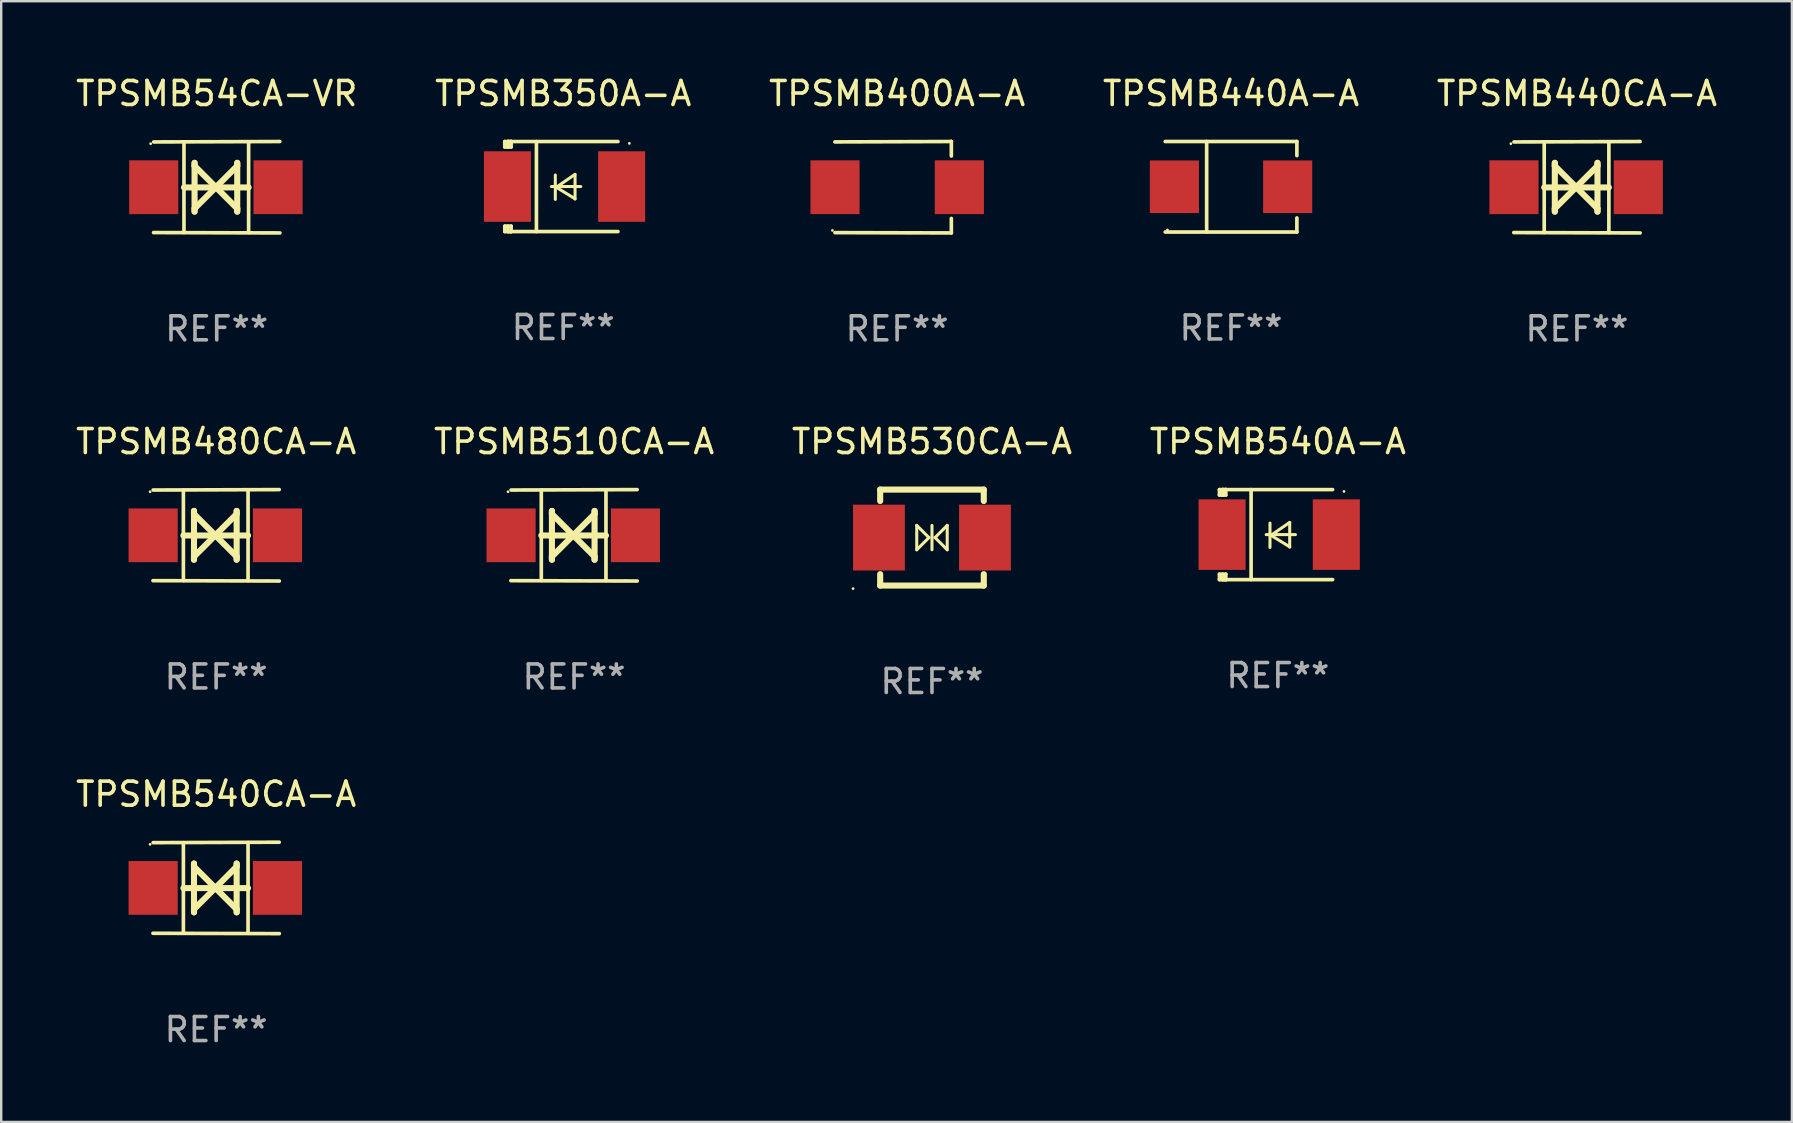
<source format=kicad_pcb>
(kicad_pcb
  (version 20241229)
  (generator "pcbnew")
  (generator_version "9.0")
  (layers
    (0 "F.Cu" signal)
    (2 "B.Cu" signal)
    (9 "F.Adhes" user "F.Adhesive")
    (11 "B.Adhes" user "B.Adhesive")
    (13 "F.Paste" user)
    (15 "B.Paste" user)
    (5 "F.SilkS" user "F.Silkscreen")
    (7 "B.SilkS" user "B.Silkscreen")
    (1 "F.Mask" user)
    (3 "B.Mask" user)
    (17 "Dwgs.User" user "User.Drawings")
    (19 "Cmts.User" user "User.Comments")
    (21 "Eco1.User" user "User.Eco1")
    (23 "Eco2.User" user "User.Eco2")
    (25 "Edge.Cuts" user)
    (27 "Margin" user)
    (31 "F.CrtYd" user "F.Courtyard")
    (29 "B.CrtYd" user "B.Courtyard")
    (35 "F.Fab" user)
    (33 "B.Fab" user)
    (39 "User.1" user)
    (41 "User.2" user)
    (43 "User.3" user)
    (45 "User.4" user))
  (footprint "TPSMB480CA-A"
    (layer "F.Cu")
    (at 5.958 19.26)
    (property "Reference" "TPSMB480CA-A" (at 0 -3.905 0) (layer "F.SilkS") (effects (font (size 1 1) (thickness 0.15))))
    (attr through_hole)
    (fp_line (start -1.365 1.886) (end -1.365 -1.886) (stroke (width 0.152) (type solid)) (layer "F.SilkS"))
    (fp_line (start -1.365 0.008) (end 1.33 0.008) (stroke (width 0.254) (type solid)) (layer "F.SilkS"))
    (fp_line (start -0.923 -1.016) (end -0.923 1.016) (stroke (width 0.254) (type solid)) (layer "F.SilkS"))
    (fp_line (start -0.923 -0.889) (end -0.923 -1.016) (stroke (width 0.254) (type solid)) (layer "F.SilkS"))
    (fp_line (start -0.923 0.889) (end -0.034 0) (stroke (width 0.254) (type solid)) (layer "F.SilkS"))
    (fp_line (start -0.923 1.016) (end -0.923 0.889) (stroke (width 0.254) (type solid)) (layer "F.SilkS"))
    (fp_line (start -0.034 0) (end -0.923 -0.889) (stroke (width 0.254) (type solid)) (layer "F.SilkS"))
    (fp_line (start -0.034 0) (end 0.855 0.889) (stroke (width 0.254) (type solid)) (layer "F.SilkS"))
    (fp_line (start 0.855 -1.016) (end 0.855 -0.889) (stroke (width 0.254) (type solid)) (layer "F.SilkS"))
    (fp_line (start 0.855 -0.889) (end -0.034 0) (stroke (width 0.254) (type solid)) (layer "F.SilkS"))
    (fp_line (start 0.855 0.889) (end 0.855 1.016) (stroke (width 0.254) (type solid)) (layer "F.SilkS"))
    (fp_line (start 0.855 1.016) (end 0.855 -1.016) (stroke (width 0.254) (type solid)) (layer "F.SilkS"))
    (fp_line (start 1.33 1.886) (end 1.33 -1.886) (stroke (width 0.152) (type solid)) (layer "F.SilkS"))
    (fp_line (start 2.629 -1.905) (end -2.625 -1.887) (stroke (width 0.152) (type solid)) (layer "F.SilkS"))
    (fp_line (start 2.633 1.905) (end -2.633 1.89) (stroke (width 0.152) (type solid)) (layer "F.SilkS"))
    (fp_circle (center -2.753 -1.816) (end -2.723 -1.816) (stroke (width 0.06) (type solid)) (fill no) (layer "F.SilkS"))
    (fp_text user "REF**" (at 0 5.905 0) (layer "F.Fab") (effects (font (size 1 1) (thickness 0.15))))
    (pad "1" smd rect (at -2.625 0) (size 2.047 2.241) (layers "F.Cu" "F.Mask" "F.Paste"))
    (pad "2" smd rect (at 2.557 0) (size 2.047 2.241) (layers "F.Cu" "F.Mask" "F.Paste")))
  (footprint "TPSMB540CA-A"
    (layer "F.Cu")
    (at 5.958 33.956)
    (property "Reference" "TPSMB540CA-A" (at 0 -3.905 0) (layer "F.SilkS") (effects (font (size 1 1) (thickness 0.15))))
    (attr through_hole)
    (fp_line (start -1.365 1.886) (end -1.365 -1.886) (stroke (width 0.152) (type solid)) (layer "F.SilkS"))
    (fp_line (start -1.365 0.008) (end 1.33 0.008) (stroke (width 0.254) (type solid)) (layer "F.SilkS"))
    (fp_line (start -0.923 -1.016) (end -0.923 1.016) (stroke (width 0.254) (type solid)) (layer "F.SilkS"))
    (fp_line (start -0.923 -0.889) (end -0.923 -1.016) (stroke (width 0.254) (type solid)) (layer "F.SilkS"))
    (fp_line (start -0.923 0.889) (end -0.034 0) (stroke (width 0.254) (type solid)) (layer "F.SilkS"))
    (fp_line (start -0.923 1.016) (end -0.923 0.889) (stroke (width 0.254) (type solid)) (layer "F.SilkS"))
    (fp_line (start -0.034 0) (end -0.923 -0.889) (stroke (width 0.254) (type solid)) (layer "F.SilkS"))
    (fp_line (start -0.034 0) (end 0.855 0.889) (stroke (width 0.254) (type solid)) (layer "F.SilkS"))
    (fp_line (start 0.855 -1.016) (end 0.855 -0.889) (stroke (width 0.254) (type solid)) (layer "F.SilkS"))
    (fp_line (start 0.855 -0.889) (end -0.034 0) (stroke (width 0.254) (type solid)) (layer "F.SilkS"))
    (fp_line (start 0.855 0.889) (end 0.855 1.016) (stroke (width 0.254) (type solid)) (layer "F.SilkS"))
    (fp_line (start 0.855 1.016) (end 0.855 -1.016) (stroke (width 0.254) (type solid)) (layer "F.SilkS"))
    (fp_line (start 1.33 1.886) (end 1.33 -1.886) (stroke (width 0.152) (type solid)) (layer "F.SilkS"))
    (fp_line (start 2.629 -1.905) (end -2.625 -1.887) (stroke (width 0.152) (type solid)) (layer "F.SilkS"))
    (fp_line (start 2.633 1.905) (end -2.633 1.89) (stroke (width 0.152) (type solid)) (layer "F.SilkS"))
    (fp_circle (center -2.753 -1.816) (end -2.723 -1.816) (stroke (width 0.06) (type solid)) (fill no) (layer "F.SilkS"))
    (fp_text user "REF**" (at 0 5.905 0) (layer "F.Fab") (effects (font (size 1 1) (thickness 0.15))))
    (pad "1" smd rect (at -2.625 0) (size 2.047 2.241) (layers "F.Cu" "F.Mask" "F.Paste"))
    (pad "2" smd rect (at 2.557 0) (size 2.047 2.241) (layers "F.Cu" "F.Mask" "F.Paste")))
  (footprint "TPSMB440CA-A"
    (layer "F.Cu")
    (at 62.673 4.753)
    (property "Reference" "TPSMB440CA-A" (at 0 -3.905 0) (layer "F.SilkS") (effects (font (size 1 1) (thickness 0.15))))
    (attr through_hole)
    (fp_line (start -1.365 1.886) (end -1.365 -1.886) (stroke (width 0.152) (type solid)) (layer "F.SilkS"))
    (fp_line (start -1.365 0.008) (end 1.33 0.008) (stroke (width 0.254) (type solid)) (layer "F.SilkS"))
    (fp_line (start -0.923 -1.016) (end -0.923 1.016) (stroke (width 0.254) (type solid)) (layer "F.SilkS"))
    (fp_line (start -0.923 -0.889) (end -0.923 -1.016) (stroke (width 0.254) (type solid)) (layer "F.SilkS"))
    (fp_line (start -0.923 0.889) (end -0.034 0) (stroke (width 0.254) (type solid)) (layer "F.SilkS"))
    (fp_line (start -0.923 1.016) (end -0.923 0.889) (stroke (width 0.254) (type solid)) (layer "F.SilkS"))
    (fp_line (start -0.034 0) (end -0.923 -0.889) (stroke (width 0.254) (type solid)) (layer "F.SilkS"))
    (fp_line (start -0.034 0) (end 0.855 0.889) (stroke (width 0.254) (type solid)) (layer "F.SilkS"))
    (fp_line (start 0.855 -1.016) (end 0.855 -0.889) (stroke (width 0.254) (type solid)) (layer "F.SilkS"))
    (fp_line (start 0.855 -0.889) (end -0.034 0) (stroke (width 0.254) (type solid)) (layer "F.SilkS"))
    (fp_line (start 0.855 0.889) (end 0.855 1.016) (stroke (width 0.254) (type solid)) (layer "F.SilkS"))
    (fp_line (start 0.855 1.016) (end 0.855 -1.016) (stroke (width 0.254) (type solid)) (layer "F.SilkS"))
    (fp_line (start 1.33 1.886) (end 1.33 -1.886) (stroke (width 0.152) (type solid)) (layer "F.SilkS"))
    (fp_line (start 2.629 -1.905) (end -2.625 -1.887) (stroke (width 0.152) (type solid)) (layer "F.SilkS"))
    (fp_line (start 2.633 1.905) (end -2.633 1.89) (stroke (width 0.152) (type solid)) (layer "F.SilkS"))
    (fp_circle (center -2.753 -1.816) (end -2.723 -1.816) (stroke (width 0.06) (type solid)) (fill no) (layer "F.SilkS"))
    (fp_text user "REF**" (at 0 5.905 0) (layer "F.Fab") (effects (font (size 1 1) (thickness 0.15))))
    (pad "1" smd rect (at -2.625 0) (size 2.047 2.241) (layers "F.Cu" "F.Mask" "F.Paste"))
    (pad "2" smd rect (at 2.557 0) (size 2.047 2.241) (layers "F.Cu" "F.Mask" "F.Paste")))
  (footprint "TPSMB54CA-VR"
    (layer "F.Cu")
    (at 5.982 4.753)
    (property "Reference" "TPSMB54CA-VR" (at 0 -3.905 0) (layer "F.SilkS") (effects (font (size 1 1) (thickness 0.15))))
    (attr through_hole)
    (fp_line (start -1.365 1.886) (end -1.365 -1.886) (stroke (width 0.152) (type solid)) (layer "F.SilkS"))
    (fp_line (start -1.365 0.008) (end 1.33 0.008) (stroke (width 0.254) (type solid)) (layer "F.SilkS"))
    (fp_line (start -0.923 -1.016) (end -0.923 1.016) (stroke (width 0.254) (type solid)) (layer "F.SilkS"))
    (fp_line (start -0.923 -0.889) (end -0.923 -1.016) (stroke (width 0.254) (type solid)) (layer "F.SilkS"))
    (fp_line (start -0.923 0.889) (end -0.034 0) (stroke (width 0.254) (type solid)) (layer "F.SilkS"))
    (fp_line (start -0.923 1.016) (end -0.923 0.889) (stroke (width 0.254) (type solid)) (layer "F.SilkS"))
    (fp_line (start -0.034 0) (end -0.923 -0.889) (stroke (width 0.254) (type solid)) (layer "F.SilkS"))
    (fp_line (start -0.034 0) (end 0.855 0.889) (stroke (width 0.254) (type solid)) (layer "F.SilkS"))
    (fp_line (start 0.855 -1.016) (end 0.855 -0.889) (stroke (width 0.254) (type solid)) (layer "F.SilkS"))
    (fp_line (start 0.855 -0.889) (end -0.034 0) (stroke (width 0.254) (type solid)) (layer "F.SilkS"))
    (fp_line (start 0.855 0.889) (end 0.855 1.016) (stroke (width 0.254) (type solid)) (layer "F.SilkS"))
    (fp_line (start 0.855 1.016) (end 0.855 -1.016) (stroke (width 0.254) (type solid)) (layer "F.SilkS"))
    (fp_line (start 1.33 1.886) (end 1.33 -1.886) (stroke (width 0.152) (type solid)) (layer "F.SilkS"))
    (fp_line (start 2.629 -1.905) (end -2.625 -1.887) (stroke (width 0.152) (type solid)) (layer "F.SilkS"))
    (fp_line (start 2.633 1.905) (end -2.633 1.89) (stroke (width 0.152) (type solid)) (layer "F.SilkS"))
    (fp_circle (center -2.753 -1.816) (end -2.723 -1.816) (stroke (width 0.06) (type solid)) (fill no) (layer "F.SilkS"))
    (fp_text user "REF**" (at 0 5.905 0) (layer "F.Fab") (effects (font (size 1 1) (thickness 0.15))))
    (pad "1" smd rect (at -2.625 0) (size 2.047 2.241) (layers "F.Cu" "F.Mask" "F.Paste"))
    (pad "2" smd rect (at 2.557 0) (size 2.047 2.241) (layers "F.Cu" "F.Mask" "F.Paste")))
  (footprint "TPSMB440A-A"
    (layer "F.Cu")
    (at 48.256 4.734)
    (property "Reference" "TPSMB440A-A" (at 0 -3.886 0) (layer "F.SilkS") (effects (font (size 1 1) (thickness 0.15))))
    (attr through_hole)
    (fp_line (start -2.744 -1.886) (end 2.744 -1.886) (stroke (width 0.152) (type solid)) (layer "F.SilkS"))
    (fp_line (start -2.744 1.886) (end 2.744 1.886) (stroke (width 0.152) (type solid)) (layer "F.SilkS"))
    (fp_line (start -1.016 -1.886) (end -1.016 1.886) (stroke (width 0.152) (type solid)) (layer "F.SilkS"))
    (fp_line (start 2.744 -1.886) (end 2.744 -1.299) (stroke (width 0.152) (type solid)) (layer "F.SilkS"))
    (fp_line (start 2.744 1.886) (end 2.744 1.299) (stroke (width 0.152) (type solid)) (layer "F.SilkS"))
    (fp_circle (center -2.65 1.8) (end -2.62 1.8) (stroke (width 0.06) (type solid)) (fill no) (layer "F.SilkS"))
    (fp_text user "REF**" (at 0 5.886 0) (layer "F.Fab") (effects (font (size 1 1) (thickness 0.15))))
    (pad "1" smd rect (at -2.361 0) (size 2.047 2.192) (layers "F.Cu" "F.Mask" "F.Paste"))
    (pad "2" smd rect (at 2.361 0) (size 2.047 2.192) (layers "F.Cu" "F.Mask" "F.Paste")))
  (footprint "TPSMB540A-A"
    (layer "F.Cu")
    (at 50.208 19.231)
    (property "Reference" "TPSMB540A-A" (at 0 -3.876 0) (layer "F.SilkS") (effects (font (size 1 1) (thickness 0.15))))
    (attr through_hole)
    (fp_line (start -2.435 1.65) (end -2.171 1.65) (stroke (width 0.152) (type solid)) (layer "F.SilkS"))
    (fp_line (start -2.435 1.876) (end -2.435 1.65) (stroke (width 0.152) (type solid)) (layer "F.SilkS"))
    (fp_line (start -2.435 -1.876) (end -2.171 -1.876) (stroke (width 0.152) (type solid)) (layer "F.SilkS"))
    (fp_line (start -2.435 -1.65) (end -2.435 -1.876) (stroke (width 0.152) (type solid)) (layer "F.SilkS"))
    (fp_line (start -2.305 -1.866) (end -2.295 -1.876) (stroke (width 0.152) (type solid)) (layer "F.SilkS"))
    (fp_line (start -2.305 -1.65) (end -2.305 -1.866) (stroke (width 0.152) (type solid)) (layer "F.SilkS"))
    (fp_line (start -2.305 1.876) (end -2.305 1.65) (stroke (width 0.152) (type solid)) (layer "F.SilkS"))
    (fp_line (start -2.295 -1.876) (end -2.295 -1.65) (stroke (width 0.152) (type solid)) (layer "F.SilkS"))
    (fp_line (start -2.171 1.876) (end -2.435 1.876) (stroke (width 0.152) (type solid)) (layer "F.SilkS"))
    (fp_line (start -2.171 -1.65) (end -2.435 -1.65) (stroke (width 0.152) (type solid)) (layer "F.SilkS"))
    (fp_line (start -2.171 -1.876) (end -2.295 -1.876) (stroke (width 0.152) (type solid)) (layer "F.SilkS"))
    (fp_line (start -2.171 -1.65) (end -2.171 -1.876) (stroke (width 0.152) (type solid)) (layer "F.SilkS"))
    (fp_line (start -2.171 1.876) (end -2.305 1.876) (stroke (width 0.152) (type solid)) (layer "F.SilkS"))
    (fp_line (start -2.171 1.876) (end -2.171 1.65) (stroke (width 0.152) (type solid)) (layer "F.SilkS"))
    (fp_line (start -1.116 1.876) (end -1.116 -1.876) (stroke (width 0.152) (type solid)) (layer "F.SilkS"))
    (fp_line (start -0.488 0.000102) (end 0.731 0.000102) (stroke (width 0.127) (type solid)) (layer "F.SilkS"))
    (fp_line (start -0.329 -0.48) (end -0.329 0.536) (stroke (width 0.127) (type solid)) (layer "F.SilkS"))
    (fp_line (start -0.29 0.03) (end 0.493 0.51) (stroke (width 0.127) (type solid)) (layer "F.SilkS"))
    (fp_line (start 0.493 -0.51) (end -0.29 0.03) (stroke (width 0.127) (type solid)) (layer "F.SilkS"))
    (fp_line (start 0.493 0.52) (end 0.493 -0.496) (stroke (width 0.127) (type solid)) (layer "F.SilkS"))
    (fp_line (start 2.281 -1.876) (end -2.171 -1.876) (stroke (width 0.152) (type solid)) (layer "F.SilkS"))
    (fp_line (start 2.281 1.876) (end -2.171 1.876) (stroke (width 0.152) (type solid)) (layer "F.SilkS"))
    (fp_circle (center 2.755 -1.8) (end 2.785 -1.8) (stroke (width 0.06) (type solid)) (fill no) (layer "F.SilkS"))
    (fp_text user "REF**" (at 0 5.876 0) (layer "F.Fab") (effects (font (size 1 1) (thickness 0.15))))
    (pad "1" smd rect (at 2.435 -0.000025 180) (size 1.96 2.94) (layers "F.Cu" "F.Mask" "F.Paste"))
    (pad "2" smd rect (at -2.325 -0.000025 180) (size 1.96 2.94) (layers "F.Cu" "F.Mask" "F.Paste")))
  (footprint "TPSMB400A-A"
    (layer "F.Cu")
    (at 34.339 4.753)
    (property "Reference" "TPSMB400A-A" (at 0 -3.905 0) (layer "F.SilkS") (effects (font (size 1 1) (thickness 0.15))))
    (attr through_hole)
    (fp_line (start 2.256 -1.905) (end -2.594 -1.889) (stroke (width 0.152) (type solid)) (layer "F.SilkS"))
    (fp_line (start 2.256 -1.905) (end 2.26 -1.905) (stroke (width 0.152) (type solid)) (layer "F.SilkS"))
    (fp_line (start 2.26 -1.905) (end 2.26 -1.301) (stroke (width 0.152) (type solid)) (layer "F.SilkS"))
    (fp_line (start 2.26 1.301) (end 2.26 1.905) (stroke (width 0.152) (type solid)) (layer "F.SilkS"))
    (fp_line (start 2.26 1.905) (end -2.59 1.892) (stroke (width 0.152) (type solid)) (layer "F.SilkS"))
    (fp_circle (center -2.697 1.8) (end -2.667 1.8) (stroke (width 0.06) (type solid)) (fill no) (layer "F.SilkS"))
    (fp_text user "REF**" (at 0 5.905 0) (layer "F.Fab") (effects (font (size 1 1) (thickness 0.15))))
    (pad "1" smd rect (at -2.588 0) (size 2.047 2.241) (layers "F.Cu" "F.Mask" "F.Paste"))
    (pad "2" smd rect (at 2.594 0) (size 2.047 2.241) (layers "F.Cu" "F.Mask" "F.Paste")))
  (footprint "TPSMB530CA-A"
    (layer "F.Cu")
    (at 35.792 19.355)
    (property "Reference" "TPSMB530CA-A" (at 0 -4 0) (layer "F.SilkS") (effects (font (size 1 1) (thickness 0.15))))
    (attr through_hole)
    (fp_line (start -2.159 -2) (end 2.159 -2) (stroke (width 0.254) (type solid)) (layer "F.SilkS"))
    (fp_line (start -2.159 -1.524) (end -2.159 -2) (stroke (width 0.254) (type solid)) (layer "F.SilkS"))
    (fp_line (start -2.159 1.524) (end -2.159 2) (stroke (width 0.254) (type solid)) (layer "F.SilkS"))
    (fp_line (start -2.159 2) (end 2.159 2) (stroke (width 0.254) (type solid)) (layer "F.SilkS"))
    (fp_line (start -0.635 -0.508) (end -0.127 0) (stroke (width 0.127) (type solid)) (layer "F.SilkS"))
    (fp_line (start -0.635 0.508) (end -0.635 -0.508) (stroke (width 0.127) (type solid)) (layer "F.SilkS"))
    (fp_line (start -0.127 0) (end -0.635 0.508) (stroke (width 0.127) (type solid)) (layer "F.SilkS"))
    (fp_line (start 0 0.508) (end 0 -0.508) (stroke (width 0.127) (type solid)) (layer "F.SilkS"))
    (fp_line (start 0.127 0) (end 0.635 -0.508) (stroke (width 0.127) (type solid)) (layer "F.SilkS"))
    (fp_line (start 0.635 -0.508) (end 0.635 0.508) (stroke (width 0.127) (type solid)) (layer "F.SilkS"))
    (fp_line (start 0.635 0.508) (end 0.127 0) (stroke (width 0.127) (type solid)) (layer "F.SilkS"))
    (fp_line (start 2.159 -2) (end 2.159 -1.524) (stroke (width 0.254) (type solid)) (layer "F.SilkS"))
    (fp_line (start 2.159 2) (end 2.159 1.524) (stroke (width 0.254) (type solid)) (layer "F.SilkS"))
    (fp_circle (center -3.289 2.127) (end -3.259 2.127) (stroke (width 0.06) (type solid)) (fill no) (layer "F.SilkS"))
    (fp_text user "REF**" (at 0 6 0) (layer "F.Fab") (effects (font (size 1 1) (thickness 0.15))))
    (pad "1" smd rect (at -2.21 0 180) (size 2.159 2.743) (layers "F.Cu" "F.Mask" "F.Paste"))
    (pad "2" smd rect (at 2.21 0 180) (size 2.159 2.743) (layers "F.Cu" "F.Mask" "F.Paste")))
  (footprint "TPSMB510CA-A"
    (layer "F.Cu")
    (at 20.875 19.26)
    (property "Reference" "TPSMB510CA-A" (at 0 -3.905 0) (layer "F.SilkS") (effects (font (size 1 1) (thickness 0.15))))
    (attr through_hole)
    (fp_line (start -1.365 1.886) (end -1.365 -1.886) (stroke (width 0.152) (type solid)) (layer "F.SilkS"))
    (fp_line (start -1.365 0.008) (end 1.33 0.008) (stroke (width 0.254) (type solid)) (layer "F.SilkS"))
    (fp_line (start -0.923 -1.016) (end -0.923 1.016) (stroke (width 0.254) (type solid)) (layer "F.SilkS"))
    (fp_line (start -0.923 -0.889) (end -0.923 -1.016) (stroke (width 0.254) (type solid)) (layer "F.SilkS"))
    (fp_line (start -0.923 0.889) (end -0.034 0) (stroke (width 0.254) (type solid)) (layer "F.SilkS"))
    (fp_line (start -0.923 1.016) (end -0.923 0.889) (stroke (width 0.254) (type solid)) (layer "F.SilkS"))
    (fp_line (start -0.034 0) (end -0.923 -0.889) (stroke (width 0.254) (type solid)) (layer "F.SilkS"))
    (fp_line (start -0.034 0) (end 0.855 0.889) (stroke (width 0.254) (type solid)) (layer "F.SilkS"))
    (fp_line (start 0.855 -1.016) (end 0.855 -0.889) (stroke (width 0.254) (type solid)) (layer "F.SilkS"))
    (fp_line (start 0.855 -0.889) (end -0.034 0) (stroke (width 0.254) (type solid)) (layer "F.SilkS"))
    (fp_line (start 0.855 0.889) (end 0.855 1.016) (stroke (width 0.254) (type solid)) (layer "F.SilkS"))
    (fp_line (start 0.855 1.016) (end 0.855 -1.016) (stroke (width 0.254) (type solid)) (layer "F.SilkS"))
    (fp_line (start 1.33 1.886) (end 1.33 -1.886) (stroke (width 0.152) (type solid)) (layer "F.SilkS"))
    (fp_line (start 2.629 -1.905) (end -2.625 -1.887) (stroke (width 0.152) (type solid)) (layer "F.SilkS"))
    (fp_line (start 2.633 1.905) (end -2.633 1.89) (stroke (width 0.152) (type solid)) (layer "F.SilkS"))
    (fp_circle (center -2.753 -1.816) (end -2.723 -1.816) (stroke (width 0.06) (type solid)) (fill no) (layer "F.SilkS"))
    (fp_text user "REF**" (at 0 5.905 0) (layer "F.Fab") (effects (font (size 1 1) (thickness 0.15))))
    (pad "1" smd rect (at -2.625 0) (size 2.047 2.241) (layers "F.Cu" "F.Mask" "F.Paste"))
    (pad "2" smd rect (at 2.557 0) (size 2.047 2.241) (layers "F.Cu" "F.Mask" "F.Paste")))
  (footprint "TPSMB350A-A"
    (layer "F.Cu")
    (at 20.423 4.725)
    (property "Reference" "TPSMB350A-A" (at 0 -3.876 0) (layer "F.SilkS") (effects (font (size 1 1) (thickness 0.15))))
    (attr through_hole)
    (fp_line (start -2.435 1.65) (end -2.171 1.65) (stroke (width 0.152) (type solid)) (layer "F.SilkS"))
    (fp_line (start -2.435 1.876) (end -2.435 1.65) (stroke (width 0.152) (type solid)) (layer "F.SilkS"))
    (fp_line (start -2.435 -1.876) (end -2.171 -1.876) (stroke (width 0.152) (type solid)) (layer "F.SilkS"))
    (fp_line (start -2.435 -1.65) (end -2.435 -1.876) (stroke (width 0.152) (type solid)) (layer "F.SilkS"))
    (fp_line (start -2.305 -1.866) (end -2.295 -1.876) (stroke (width 0.152) (type solid)) (layer "F.SilkS"))
    (fp_line (start -2.305 -1.65) (end -2.305 -1.866) (stroke (width 0.152) (type solid)) (layer "F.SilkS"))
    (fp_line (start -2.305 1.876) (end -2.305 1.65) (stroke (width 0.152) (type solid)) (layer "F.SilkS"))
    (fp_line (start -2.295 -1.876) (end -2.295 -1.65) (stroke (width 0.152) (type solid)) (layer "F.SilkS"))
    (fp_line (start -2.171 1.876) (end -2.435 1.876) (stroke (width 0.152) (type solid)) (layer "F.SilkS"))
    (fp_line (start -2.171 -1.65) (end -2.435 -1.65) (stroke (width 0.152) (type solid)) (layer "F.SilkS"))
    (fp_line (start -2.171 -1.876) (end -2.295 -1.876) (stroke (width 0.152) (type solid)) (layer "F.SilkS"))
    (fp_line (start -2.171 -1.65) (end -2.171 -1.876) (stroke (width 0.152) (type solid)) (layer "F.SilkS"))
    (fp_line (start -2.171 1.876) (end -2.305 1.876) (stroke (width 0.152) (type solid)) (layer "F.SilkS"))
    (fp_line (start -2.171 1.876) (end -2.171 1.65) (stroke (width 0.152) (type solid)) (layer "F.SilkS"))
    (fp_line (start -1.116 1.876) (end -1.116 -1.876) (stroke (width 0.152) (type solid)) (layer "F.SilkS"))
    (fp_line (start -0.488 0.000102) (end 0.731 0.000102) (stroke (width 0.127) (type solid)) (layer "F.SilkS"))
    (fp_line (start -0.329 -0.48) (end -0.329 0.536) (stroke (width 0.127) (type solid)) (layer "F.SilkS"))
    (fp_line (start -0.29 0.03) (end 0.493 0.51) (stroke (width 0.127) (type solid)) (layer "F.SilkS"))
    (fp_line (start 0.493 -0.51) (end -0.29 0.03) (stroke (width 0.127) (type solid)) (layer "F.SilkS"))
    (fp_line (start 0.493 0.52) (end 0.493 -0.496) (stroke (width 0.127) (type solid)) (layer "F.SilkS"))
    (fp_line (start 2.281 -1.876) (end -2.171 -1.876) (stroke (width 0.152) (type solid)) (layer "F.SilkS"))
    (fp_line (start 2.281 1.876) (end -2.171 1.876) (stroke (width 0.152) (type solid)) (layer "F.SilkS"))
    (fp_circle (center 2.755 -1.8) (end 2.785 -1.8) (stroke (width 0.06) (type solid)) (fill no) (layer "F.SilkS"))
    (fp_text user "REF**" (at 0 5.876 0) (layer "F.Fab") (effects (font (size 1 1) (thickness 0.15))))
    (pad "1" smd rect (at 2.435 -0.000025 180) (size 1.96 2.94) (layers "F.Cu" "F.Mask" "F.Paste"))
    (pad "2" smd rect (at -2.325 -0.000025 180) (size 1.96 2.94) (layers "F.Cu" "F.Mask" "F.Paste")))
  (gr_rect
    (start -3 -3)
    (end 71.631 43.71)
    (stroke (width 0.1) (type default))
    (fill no)
    (layer "Edge.Cuts")))
</source>
